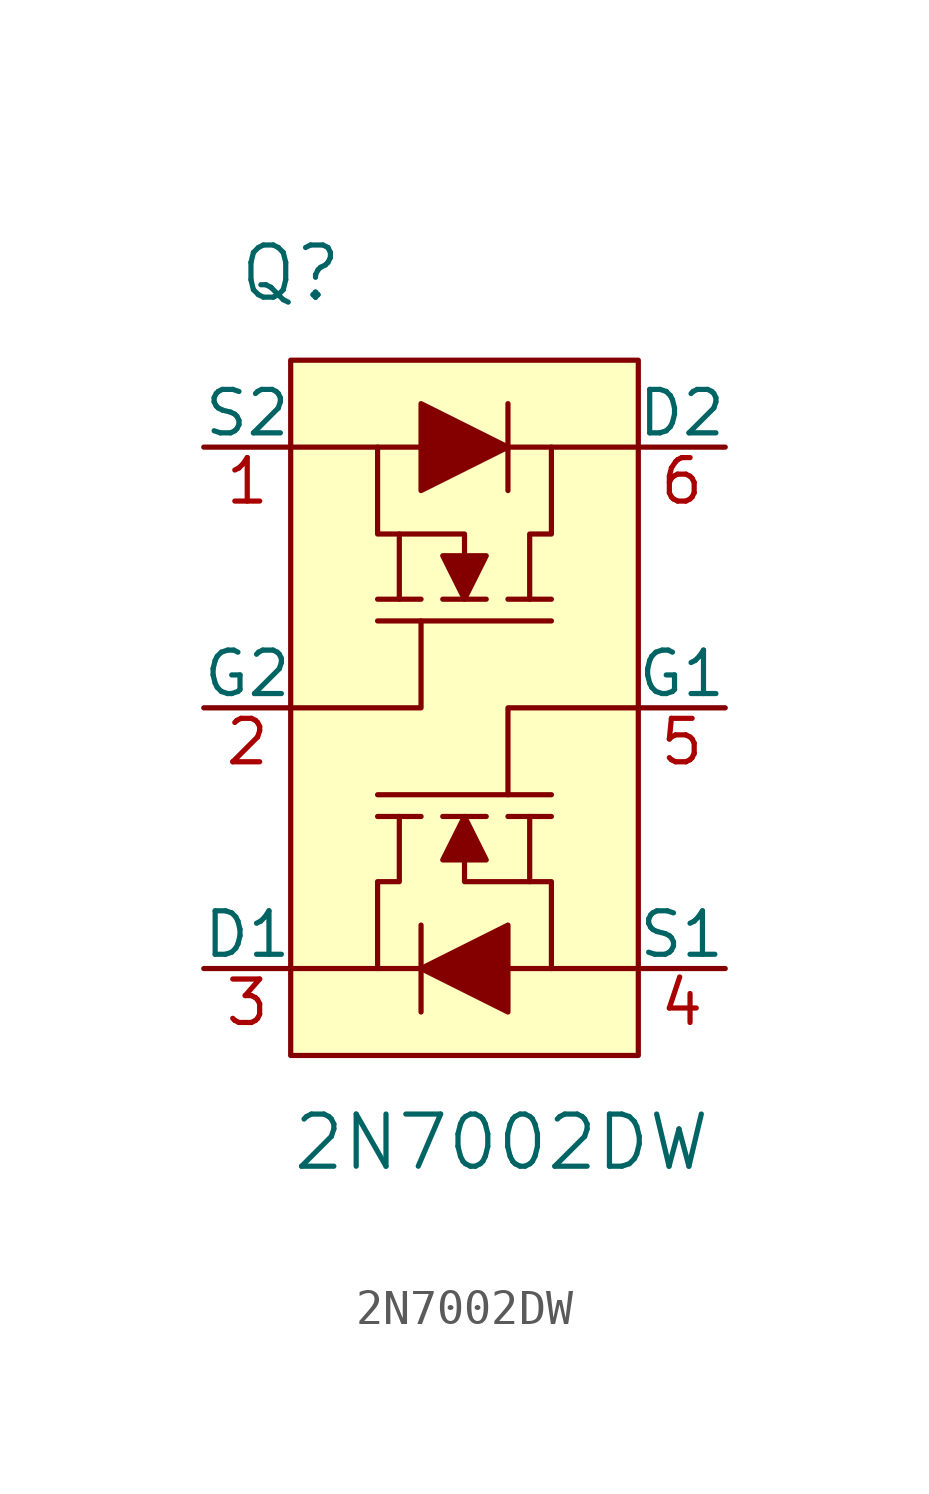
<source format=kicad_sym>
(kicad_symbol_lib
  (version 20220914)
  (generator kicad_symbol_editor)
  (symbol "2N7002DW"
    (pin_names
      (offset 0))
    (property "Reference" "Q"
      (at -5.08 10.16 0)
      (effects (font (size 1.524 1.524))))
    (property "Value" "2N7002DW"
      (at -5.08 -15.24 0)
      (effects (font (size 1.524 1.524)) (justify left)))
    (symbol "2N7002DW_0_1"
      (rectangle (start -5.08 7.62) (end 5.08 -12.7) (stroke (width 0) (type solid)) (fill (type background)))
      (polyline (pts (xy -2.54 -10.16) (xy -5.08 -10.16)) (stroke (width 0) (type solid)) (fill (type none)))
      (polyline (pts (xy -2.54 -5.08) (xy 2.54 -5.08)) (stroke (width 0) (type solid)) (fill (type none)))
      (polyline (pts (xy -2.54 5.08) (xy -5.08 5.08)) (stroke (width 0) (type solid)) (fill (type none)))
      (polyline (pts (xy -1.27 -11.43) (xy -1.27 -8.89)) (stroke (width 0) (type solid)) (fill (type none)))
      (polyline (pts (xy -1.27 -5.715) (xy -2.54 -5.715)) (stroke (width 0) (type solid)) (fill (type none)))
      (polyline (pts (xy -1.27 0.635) (xy -2.54 0.635)) (stroke (width 0) (type solid)) (fill (type none)))
      (polyline (pts (xy -0.635 0.635) (xy 0.635 0.635)) (stroke (width 0) (type solid)) (fill (type none)))
      (polyline (pts (xy 0.635 -5.715) (xy -0.635 -5.715)) (stroke (width 0) (type solid)) (fill (type none)))
      (polyline (pts (xy 1.27 -5.715) (xy 2.54 -5.715)) (stroke (width 0) (type solid)) (fill (type none)))
      (polyline (pts (xy 1.27 0.635) (xy 2.54 0.635)) (stroke (width 0) (type solid)) (fill (type none)))
      (polyline (pts (xy 1.27 6.35) (xy 1.27 3.81)) (stroke (width 0) (type solid)) (fill (type none)))
      (polyline (pts (xy 2.54 -10.16) (xy 5.08 -10.16)) (stroke (width 0) (type solid)) (fill (type none)))
      (polyline (pts (xy 2.54 0) (xy -2.54 0)) (stroke (width 0) (type solid)) (fill (type none)))
      (polyline (pts (xy 2.54 5.08) (xy 5.08 5.08)) (stroke (width 0) (type solid)) (fill (type none)))
      (polyline (pts (xy -1.27 0) (xy -1.27 -2.54) (xy -5.08 -2.54)) (stroke (width 0) (type solid)) (fill (type none)))
      (polyline (pts (xy 1.27 -5.08) (xy 1.27 -2.54) (xy 5.08 -2.54)) (stroke (width 0) (type solid)) (fill (type none)))
      (polyline (pts (xy -1.905 2.54) (xy -2.54 2.54) (xy -2.54 5.08) (xy -1.27 5.08)) (stroke (width 0) (type solid)) (fill (type none)))
      (polyline (pts (xy -1.27 6.35) (xy -1.27 3.81) (xy 1.27 5.08) (xy -1.27 6.35)) (stroke (width 0) (type solid)) (fill (type outline)))
      (polyline (pts (xy -0.635 1.905) (xy 0 0.635) (xy 0.635 1.905) (xy -0.635 1.905)) (stroke (width 0) (type solid)) (fill (type outline)))
      (polyline (pts (xy 0 -6.985) (xy 0 -7.62) (xy 1.905 -7.62) (xy 1.905 -5.715)) (stroke (width 0) (type solid)) (fill (type none)))
      (polyline (pts (xy 0 1.905) (xy 0 2.54) (xy -1.905 2.54) (xy -1.905 0.635)) (stroke (width 0) (type solid)) (fill (type none)))
      (polyline (pts (xy 0.635 -6.985) (xy 0 -5.715) (xy -0.635 -6.985) (xy 0.635 -6.985)) (stroke (width 0) (type solid)) (fill (type outline)))
      (polyline (pts (xy 1.27 -11.43) (xy 1.27 -8.89) (xy -1.27 -10.16) (xy 1.27 -11.43)) (stroke (width 0) (type solid)) (fill (type outline)))
      (polyline (pts (xy 1.905 -7.62) (xy 2.54 -7.62) (xy 2.54 -10.16) (xy 1.27 -10.16)) (stroke (width 0) (type solid)) (fill (type none)))
      (polyline (pts (xy -1.905 -5.715) (xy -1.905 -7.62) (xy -2.54 -7.62) (xy -2.54 -10.16) (xy -1.27 -10.16)) (stroke (width 0) (type solid)) (fill (type none)))
      (polyline (pts (xy 1.905 0.635) (xy 1.905 2.54) (xy 2.54 2.54) (xy 2.54 5.08) (xy 1.27 5.08)) (stroke (width 0) (type solid)) (fill (type none))))
    (symbol "2N7002DW_1_1"
      (pin input line (at -7.62 5.08 0) (length 2.54) (name "S2" (effects (font (size 1.27 1.27)))) (number "1" (effects (font (size 1.27 1.27)))))
      (pin input line (at -7.62 -2.54 0) (length 2.54) (name "G2" (effects (font (size 1.27 1.27)))) (number "2" (effects (font (size 1.27 1.27)))))
      (pin output line (at -7.62 -10.16 0) (length 2.54) (name "D1" (effects (font (size 1.27 1.27)))) (number "3" (effects (font (size 1.27 1.27)))))
      (pin input line (at 7.62 -10.16 180) (length 2.54) (name "S1" (effects (font (size 1.27 1.27)))) (number "4" (effects (font (size 1.27 1.27)))))
      (pin input line (at 7.62 -2.54 180) (length 2.54) (name "G1" (effects (font (size 1.27 1.27)))) (number "5" (effects (font (size 1.27 1.27)))))
      (pin output line (at 7.62 5.08 180) (length 2.54) (name "D2" (effects (font (size 1.27 1.27)))) (number "6" (effects (font (size 1.27 1.27))))))))
</source>
